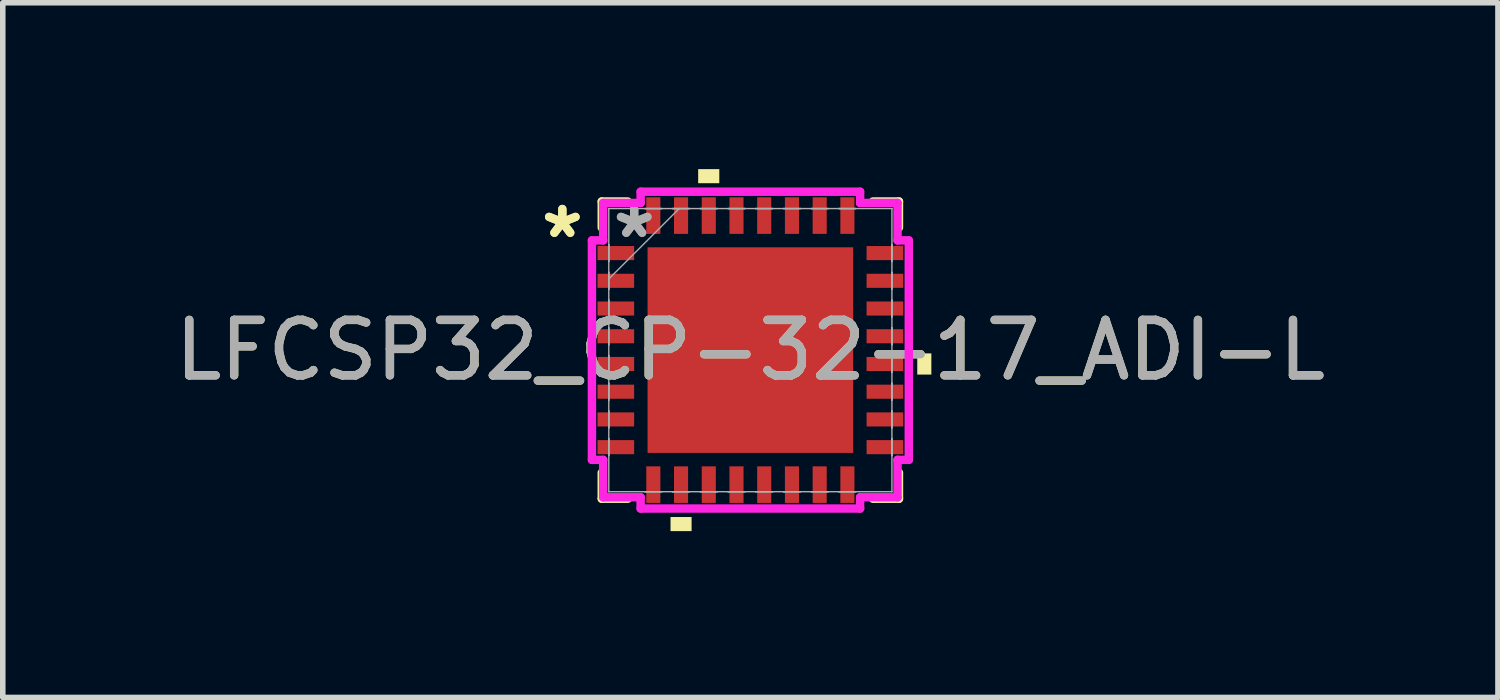
<source format=kicad_pcb>
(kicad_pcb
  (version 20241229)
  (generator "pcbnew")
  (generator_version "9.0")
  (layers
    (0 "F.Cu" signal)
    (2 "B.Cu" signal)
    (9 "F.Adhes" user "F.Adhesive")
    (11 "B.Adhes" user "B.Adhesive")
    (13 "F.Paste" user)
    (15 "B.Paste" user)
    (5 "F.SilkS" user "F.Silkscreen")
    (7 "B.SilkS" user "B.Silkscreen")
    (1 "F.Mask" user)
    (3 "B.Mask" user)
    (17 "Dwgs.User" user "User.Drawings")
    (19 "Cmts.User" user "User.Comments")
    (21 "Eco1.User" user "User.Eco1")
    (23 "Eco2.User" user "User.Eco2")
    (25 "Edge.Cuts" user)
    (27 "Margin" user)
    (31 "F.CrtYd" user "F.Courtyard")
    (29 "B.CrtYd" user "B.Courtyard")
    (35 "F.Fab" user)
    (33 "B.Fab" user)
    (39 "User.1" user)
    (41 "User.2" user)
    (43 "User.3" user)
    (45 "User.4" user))
  (footprint "LFCSP32_CP-32-17_ADI-L"
    (layer "F.Cu")
    (at 10.482 3.264)
    (property "Reference" "LFCSP32_CP-32-17_ADI-L" (at 0 0 0) (unlocked yes) (layer "F.SilkS") (effects (font (size 1 1) (thickness 0.15))))
    (attr smd)
    (fp_line (start -2.68 -2.68) (end -2.68 -2.21) (stroke (width 0.152) (type solid)) (layer "F.SilkS"))
    (fp_line (start -2.68 2.21) (end -2.68 2.68) (stroke (width 0.152) (type solid)) (layer "F.SilkS"))
    (fp_line (start -2.68 2.68) (end -2.21 2.68) (stroke (width 0.152) (type solid)) (layer "F.SilkS"))
    (fp_line (start -2.21 -2.68) (end -2.68 -2.68) (stroke (width 0.152) (type solid)) (layer "F.SilkS"))
    (fp_line (start 2.21 2.68) (end 2.68 2.68) (stroke (width 0.152) (type solid)) (layer "F.SilkS"))
    (fp_line (start 2.68 -2.68) (end 2.21 -2.68) (stroke (width 0.152) (type solid)) (layer "F.SilkS"))
    (fp_line (start 2.68 -2.21) (end 2.68 -2.68) (stroke (width 0.152) (type solid)) (layer "F.SilkS"))
    (fp_line (start 2.68 2.68) (end 2.68 2.21) (stroke (width 0.152) (type solid)) (layer "F.SilkS"))
    (fp_poly (pts (xy -1.44 3.01) (xy -1.44 3.264) (xy -1.06 3.264) (xy -1.06 3.01)) (stroke (width 0) (type solid)) (fill yes) (layer "F.SilkS"))
    (fp_poly (pts (xy -0.941 -3.01) (xy -0.941 -3.264) (xy -0.56 -3.264) (xy -0.56 -3.01)) (stroke (width 0) (type solid)) (fill yes) (layer "F.SilkS"))
    (fp_poly (pts (xy 3.264 0.059) (xy 3.264 0.441) (xy 3.01 0.441) (xy 3.01 0.059)) (stroke (width 0) (type solid)) (fill yes) (layer "F.SilkS"))
    (fp_poly (pts (xy -1.754 -1.754) (xy -1.754 -0.1) (xy -0.1 -0.1) (xy -0.1 -1.754)) (stroke (width 0) (type solid)) (fill yes) (layer "F.Paste"))
    (fp_poly (pts (xy -1.754 0.1) (xy -1.754 1.754) (xy -0.1 1.754) (xy -0.1 0.1)) (stroke (width 0) (type solid)) (fill yes) (layer "F.Paste"))
    (fp_poly (pts (xy 0.1 -1.754) (xy 0.1 -0.1) (xy 1.754 -0.1) (xy 1.754 -1.754)) (stroke (width 0) (type solid)) (fill yes) (layer "F.Paste"))
    (fp_poly (pts (xy 0.1 0.1) (xy 0.1 1.754) (xy 1.754 1.754) (xy 1.754 0.1)) (stroke (width 0) (type solid)) (fill yes) (layer "F.Paste"))
    (fp_line (start -2.857 -1.979) (end -2.654 -1.979) (stroke (width 0.152) (type solid)) (layer "F.CrtYd"))
    (fp_line (start -2.857 1.979) (end -2.857 -1.979) (stroke (width 0.152) (type solid)) (layer "F.CrtYd"))
    (fp_line (start -2.654 -2.654) (end -1.979 -2.654) (stroke (width 0.152) (type solid)) (layer "F.CrtYd"))
    (fp_line (start -2.654 -1.979) (end -2.654 -2.654) (stroke (width 0.152) (type solid)) (layer "F.CrtYd"))
    (fp_line (start -2.654 1.979) (end -2.857 1.979) (stroke (width 0.152) (type solid)) (layer "F.CrtYd"))
    (fp_line (start -2.654 2.654) (end -2.654 1.979) (stroke (width 0.152) (type solid)) (layer "F.CrtYd"))
    (fp_line (start -1.979 -2.857) (end 1.979 -2.857) (stroke (width 0.152) (type solid)) (layer "F.CrtYd"))
    (fp_line (start -1.979 -2.654) (end -1.979 -2.857) (stroke (width 0.152) (type solid)) (layer "F.CrtYd"))
    (fp_line (start -1.979 2.654) (end -2.654 2.654) (stroke (width 0.152) (type solid)) (layer "F.CrtYd"))
    (fp_line (start -1.979 2.857) (end -1.979 2.654) (stroke (width 0.152) (type solid)) (layer "F.CrtYd"))
    (fp_line (start 1.979 -2.857) (end 1.979 -2.654) (stroke (width 0.152) (type solid)) (layer "F.CrtYd"))
    (fp_line (start 1.979 -2.654) (end 2.654 -2.654) (stroke (width 0.152) (type solid)) (layer "F.CrtYd"))
    (fp_line (start 1.979 2.654) (end 1.979 2.857) (stroke (width 0.152) (type solid)) (layer "F.CrtYd"))
    (fp_line (start 1.979 2.857) (end -1.979 2.857) (stroke (width 0.152) (type solid)) (layer "F.CrtYd"))
    (fp_line (start 2.654 -2.654) (end 2.654 -1.979) (stroke (width 0.152) (type solid)) (layer "F.CrtYd"))
    (fp_line (start 2.654 -1.979) (end 2.857 -1.979) (stroke (width 0.152) (type solid)) (layer "F.CrtYd"))
    (fp_line (start 2.654 1.979) (end 2.654 2.654) (stroke (width 0.152) (type solid)) (layer "F.CrtYd"))
    (fp_line (start 2.654 2.654) (end 1.979 2.654) (stroke (width 0.152) (type solid)) (layer "F.CrtYd"))
    (fp_line (start 2.857 -1.979) (end 2.857 1.979) (stroke (width 0.152) (type solid)) (layer "F.CrtYd"))
    (fp_line (start 2.857 1.979) (end 2.654 1.979) (stroke (width 0.152) (type solid)) (layer "F.CrtYd"))
    (fp_line (start -2.553 -2.553) (end -2.553 -2.553) (stroke (width 0.025) (type solid)) (layer "F.Fab"))
    (fp_line (start -2.553 -2.553) (end -2.553 2.553) (stroke (width 0.025) (type solid)) (layer "F.Fab"))
    (fp_line (start -2.553 -1.902) (end -2.553 -1.902) (stroke (width 0.025) (type solid)) (layer "F.Fab"))
    (fp_line (start -2.553 -1.902) (end -2.553 -1.598) (stroke (width 0.025) (type solid)) (layer "F.Fab"))
    (fp_line (start -2.553 -1.598) (end -2.553 -1.902) (stroke (width 0.025) (type solid)) (layer "F.Fab"))
    (fp_line (start -2.553 -1.598) (end -2.553 -1.598) (stroke (width 0.025) (type solid)) (layer "F.Fab"))
    (fp_line (start -2.553 -1.402) (end -2.553 -1.402) (stroke (width 0.025) (type solid)) (layer "F.Fab"))
    (fp_line (start -2.553 -1.402) (end -2.553 -1.098) (stroke (width 0.025) (type solid)) (layer "F.Fab"))
    (fp_line (start -2.553 -1.283) (end -1.283 -2.553) (stroke (width 0.025) (type solid)) (layer "F.Fab"))
    (fp_line (start -2.553 -1.098) (end -2.553 -1.402) (stroke (width 0.025) (type solid)) (layer "F.Fab"))
    (fp_line (start -2.553 -1.098) (end -2.553 -1.098) (stroke (width 0.025) (type solid)) (layer "F.Fab"))
    (fp_line (start -2.553 -0.902) (end -2.553 -0.902) (stroke (width 0.025) (type solid)) (layer "F.Fab"))
    (fp_line (start -2.553 -0.902) (end -2.553 -0.598) (stroke (width 0.025) (type solid)) (layer "F.Fab"))
    (fp_line (start -2.553 -0.598) (end -2.553 -0.902) (stroke (width 0.025) (type solid)) (layer "F.Fab"))
    (fp_line (start -2.553 -0.598) (end -2.553 -0.598) (stroke (width 0.025) (type solid)) (layer "F.Fab"))
    (fp_line (start -2.553 -0.402) (end -2.553 -0.402) (stroke (width 0.025) (type solid)) (layer "F.Fab"))
    (fp_line (start -2.553 -0.402) (end -2.553 -0.098) (stroke (width 0.025) (type solid)) (layer "F.Fab"))
    (fp_line (start -2.553 -0.098) (end -2.553 -0.402) (stroke (width 0.025) (type solid)) (layer "F.Fab"))
    (fp_line (start -2.553 -0.098) (end -2.553 -0.098) (stroke (width 0.025) (type solid)) (layer "F.Fab"))
    (fp_line (start -2.553 0.098) (end -2.553 0.098) (stroke (width 0.025) (type solid)) (layer "F.Fab"))
    (fp_line (start -2.553 0.098) (end -2.553 0.402) (stroke (width 0.025) (type solid)) (layer "F.Fab"))
    (fp_line (start -2.553 0.402) (end -2.553 0.098) (stroke (width 0.025) (type solid)) (layer "F.Fab"))
    (fp_line (start -2.553 0.402) (end -2.553 0.402) (stroke (width 0.025) (type solid)) (layer "F.Fab"))
    (fp_line (start -2.553 0.598) (end -2.553 0.598) (stroke (width 0.025) (type solid)) (layer "F.Fab"))
    (fp_line (start -2.553 0.598) (end -2.553 0.902) (stroke (width 0.025) (type solid)) (layer "F.Fab"))
    (fp_line (start -2.553 0.902) (end -2.553 0.598) (stroke (width 0.025) (type solid)) (layer "F.Fab"))
    (fp_line (start -2.553 0.902) (end -2.553 0.902) (stroke (width 0.025) (type solid)) (layer "F.Fab"))
    (fp_line (start -2.553 1.098) (end -2.553 1.098) (stroke (width 0.025) (type solid)) (layer "F.Fab"))
    (fp_line (start -2.553 1.098) (end -2.553 1.402) (stroke (width 0.025) (type solid)) (layer "F.Fab"))
    (fp_line (start -2.553 1.402) (end -2.553 1.098) (stroke (width 0.025) (type solid)) (layer "F.Fab"))
    (fp_line (start -2.553 1.402) (end -2.553 1.402) (stroke (width 0.025) (type solid)) (layer "F.Fab"))
    (fp_line (start -2.553 1.598) (end -2.553 1.598) (stroke (width 0.025) (type solid)) (layer "F.Fab"))
    (fp_line (start -2.553 1.598) (end -2.553 1.902) (stroke (width 0.025) (type solid)) (layer "F.Fab"))
    (fp_line (start -2.553 1.902) (end -2.553 1.598) (stroke (width 0.025) (type solid)) (layer "F.Fab"))
    (fp_line (start -2.553 1.902) (end -2.553 1.902) (stroke (width 0.025) (type solid)) (layer "F.Fab"))
    (fp_line (start -2.553 2.553) (end -2.553 2.553) (stroke (width 0.025) (type solid)) (layer "F.Fab"))
    (fp_line (start -2.553 2.553) (end 2.553 2.553) (stroke (width 0.025) (type solid)) (layer "F.Fab"))
    (fp_line (start -1.902 -2.553) (end -1.902 -2.553) (stroke (width 0.025) (type solid)) (layer "F.Fab"))
    (fp_line (start -1.902 -2.553) (end -1.598 -2.553) (stroke (width 0.025) (type solid)) (layer "F.Fab"))
    (fp_line (start -1.902 2.553) (end -1.902 2.553) (stroke (width 0.025) (type solid)) (layer "F.Fab"))
    (fp_line (start -1.902 2.553) (end -1.598 2.553) (stroke (width 0.025) (type solid)) (layer "F.Fab"))
    (fp_line (start -1.598 -2.553) (end -1.902 -2.553) (stroke (width 0.025) (type solid)) (layer "F.Fab"))
    (fp_line (start -1.598 -2.553) (end -1.598 -2.553) (stroke (width 0.025) (type solid)) (layer "F.Fab"))
    (fp_line (start -1.598 2.553) (end -1.902 2.553) (stroke (width 0.025) (type solid)) (layer "F.Fab"))
    (fp_line (start -1.598 2.553) (end -1.598 2.553) (stroke (width 0.025) (type solid)) (layer "F.Fab"))
    (fp_line (start -1.402 -2.553) (end -1.402 -2.553) (stroke (width 0.025) (type solid)) (layer "F.Fab"))
    (fp_line (start -1.402 -2.553) (end -1.098 -2.553) (stroke (width 0.025) (type solid)) (layer "F.Fab"))
    (fp_line (start -1.402 2.553) (end -1.402 2.553) (stroke (width 0.025) (type solid)) (layer "F.Fab"))
    (fp_line (start -1.402 2.553) (end -1.098 2.553) (stroke (width 0.025) (type solid)) (layer "F.Fab"))
    (fp_line (start -1.098 -2.553) (end -1.402 -2.553) (stroke (width 0.025) (type solid)) (layer "F.Fab"))
    (fp_line (start -1.098 -2.553) (end -1.098 -2.553) (stroke (width 0.025) (type solid)) (layer "F.Fab"))
    (fp_line (start -1.098 2.553) (end -1.402 2.553) (stroke (width 0.025) (type solid)) (layer "F.Fab"))
    (fp_line (start -1.098 2.553) (end -1.098 2.553) (stroke (width 0.025) (type solid)) (layer "F.Fab"))
    (fp_line (start -0.902 -2.553) (end -0.902 -2.553) (stroke (width 0.025) (type solid)) (layer "F.Fab"))
    (fp_line (start -0.902 -2.553) (end -0.598 -2.553) (stroke (width 0.025) (type solid)) (layer "F.Fab"))
    (fp_line (start -0.902 2.553) (end -0.902 2.553) (stroke (width 0.025) (type solid)) (layer "F.Fab"))
    (fp_line (start -0.902 2.553) (end -0.598 2.553) (stroke (width 0.025) (type solid)) (layer "F.Fab"))
    (fp_line (start -0.598 -2.553) (end -0.902 -2.553) (stroke (width 0.025) (type solid)) (layer "F.Fab"))
    (fp_line (start -0.598 -2.553) (end -0.598 -2.553) (stroke (width 0.025) (type solid)) (layer "F.Fab"))
    (fp_line (start -0.598 2.553) (end -0.902 2.553) (stroke (width 0.025) (type solid)) (layer "F.Fab"))
    (fp_line (start -0.598 2.553) (end -0.598 2.553) (stroke (width 0.025) (type solid)) (layer "F.Fab"))
    (fp_line (start -0.402 -2.553) (end -0.402 -2.553) (stroke (width 0.025) (type solid)) (layer "F.Fab"))
    (fp_line (start -0.402 -2.553) (end -0.098 -2.553) (stroke (width 0.025) (type solid)) (layer "F.Fab"))
    (fp_line (start -0.402 2.553) (end -0.402 2.553) (stroke (width 0.025) (type solid)) (layer "F.Fab"))
    (fp_line (start -0.402 2.553) (end -0.098 2.553) (stroke (width 0.025) (type solid)) (layer "F.Fab"))
    (fp_line (start -0.098 -2.553) (end -0.402 -2.553) (stroke (width 0.025) (type solid)) (layer "F.Fab"))
    (fp_line (start -0.098 -2.553) (end -0.098 -2.553) (stroke (width 0.025) (type solid)) (layer "F.Fab"))
    (fp_line (start -0.098 2.553) (end -0.402 2.553) (stroke (width 0.025) (type solid)) (layer "F.Fab"))
    (fp_line (start -0.098 2.553) (end -0.098 2.553) (stroke (width 0.025) (type solid)) (layer "F.Fab"))
    (fp_line (start 0.098 -2.553) (end 0.098 -2.553) (stroke (width 0.025) (type solid)) (layer "F.Fab"))
    (fp_line (start 0.098 -2.553) (end 0.402 -2.553) (stroke (width 0.025) (type solid)) (layer "F.Fab"))
    (fp_line (start 0.098 2.553) (end 0.098 2.553) (stroke (width 0.025) (type solid)) (layer "F.Fab"))
    (fp_line (start 0.098 2.553) (end 0.402 2.553) (stroke (width 0.025) (type solid)) (layer "F.Fab"))
    (fp_line (start 0.402 -2.553) (end 0.098 -2.553) (stroke (width 0.025) (type solid)) (layer "F.Fab"))
    (fp_line (start 0.402 -2.553) (end 0.402 -2.553) (stroke (width 0.025) (type solid)) (layer "F.Fab"))
    (fp_line (start 0.402 2.553) (end 0.098 2.553) (stroke (width 0.025) (type solid)) (layer "F.Fab"))
    (fp_line (start 0.402 2.553) (end 0.402 2.553) (stroke (width 0.025) (type solid)) (layer "F.Fab"))
    (fp_line (start 0.598 -2.553) (end 0.598 -2.553) (stroke (width 0.025) (type solid)) (layer "F.Fab"))
    (fp_line (start 0.598 -2.553) (end 0.902 -2.553) (stroke (width 0.025) (type solid)) (layer "F.Fab"))
    (fp_line (start 0.598 2.553) (end 0.598 2.553) (stroke (width 0.025) (type solid)) (layer "F.Fab"))
    (fp_line (start 0.598 2.553) (end 0.902 2.553) (stroke (width 0.025) (type solid)) (layer "F.Fab"))
    (fp_line (start 0.902 -2.553) (end 0.598 -2.553) (stroke (width 0.025) (type solid)) (layer "F.Fab"))
    (fp_line (start 0.902 -2.553) (end 0.902 -2.553) (stroke (width 0.025) (type solid)) (layer "F.Fab"))
    (fp_line (start 0.902 2.553) (end 0.598 2.553) (stroke (width 0.025) (type solid)) (layer "F.Fab"))
    (fp_line (start 0.902 2.553) (end 0.902 2.553) (stroke (width 0.025) (type solid)) (layer "F.Fab"))
    (fp_line (start 1.098 -2.553) (end 1.098 -2.553) (stroke (width 0.025) (type solid)) (layer "F.Fab"))
    (fp_line (start 1.098 -2.553) (end 1.402 -2.553) (stroke (width 0.025) (type solid)) (layer "F.Fab"))
    (fp_line (start 1.098 2.553) (end 1.098 2.553) (stroke (width 0.025) (type solid)) (layer "F.Fab"))
    (fp_line (start 1.098 2.553) (end 1.402 2.553) (stroke (width 0.025) (type solid)) (layer "F.Fab"))
    (fp_line (start 1.402 -2.553) (end 1.098 -2.553) (stroke (width 0.025) (type solid)) (layer "F.Fab"))
    (fp_line (start 1.402 -2.553) (end 1.402 -2.553) (stroke (width 0.025) (type solid)) (layer "F.Fab"))
    (fp_line (start 1.402 2.553) (end 1.098 2.553) (stroke (width 0.025) (type solid)) (layer "F.Fab"))
    (fp_line (start 1.402 2.553) (end 1.402 2.553) (stroke (width 0.025) (type solid)) (layer "F.Fab"))
    (fp_line (start 1.598 -2.553) (end 1.598 -2.553) (stroke (width 0.025) (type solid)) (layer "F.Fab"))
    (fp_line (start 1.598 -2.553) (end 1.902 -2.553) (stroke (width 0.025) (type solid)) (layer "F.Fab"))
    (fp_line (start 1.598 2.553) (end 1.598 2.553) (stroke (width 0.025) (type solid)) (layer "F.Fab"))
    (fp_line (start 1.598 2.553) (end 1.902 2.553) (stroke (width 0.025) (type solid)) (layer "F.Fab"))
    (fp_line (start 1.902 -2.553) (end 1.598 -2.553) (stroke (width 0.025) (type solid)) (layer "F.Fab"))
    (fp_line (start 1.902 -2.553) (end 1.902 -2.553) (stroke (width 0.025) (type solid)) (layer "F.Fab"))
    (fp_line (start 1.902 2.553) (end 1.598 2.553) (stroke (width 0.025) (type solid)) (layer "F.Fab"))
    (fp_line (start 1.902 2.553) (end 1.902 2.553) (stroke (width 0.025) (type solid)) (layer "F.Fab"))
    (fp_line (start 2.553 -2.553) (end -2.553 -2.553) (stroke (width 0.025) (type solid)) (layer "F.Fab"))
    (fp_line (start 2.553 -2.553) (end 2.553 -2.553) (stroke (width 0.025) (type solid)) (layer "F.Fab"))
    (fp_line (start 2.553 -1.902) (end 2.553 -1.902) (stroke (width 0.025) (type solid)) (layer "F.Fab"))
    (fp_line (start 2.553 -1.902) (end 2.553 -1.598) (stroke (width 0.025) (type solid)) (layer "F.Fab"))
    (fp_line (start 2.553 -1.598) (end 2.553 -1.902) (stroke (width 0.025) (type solid)) (layer "F.Fab"))
    (fp_line (start 2.553 -1.598) (end 2.553 -1.598) (stroke (width 0.025) (type solid)) (layer "F.Fab"))
    (fp_line (start 2.553 -1.402) (end 2.553 -1.402) (stroke (width 0.025) (type solid)) (layer "F.Fab"))
    (fp_line (start 2.553 -1.402) (end 2.553 -1.098) (stroke (width 0.025) (type solid)) (layer "F.Fab"))
    (fp_line (start 2.553 -1.098) (end 2.553 -1.402) (stroke (width 0.025) (type solid)) (layer "F.Fab"))
    (fp_line (start 2.553 -1.098) (end 2.553 -1.098) (stroke (width 0.025) (type solid)) (layer "F.Fab"))
    (fp_line (start 2.553 -0.902) (end 2.553 -0.902) (stroke (width 0.025) (type solid)) (layer "F.Fab"))
    (fp_line (start 2.553 -0.902) (end 2.553 -0.598) (stroke (width 0.025) (type solid)) (layer "F.Fab"))
    (fp_line (start 2.553 -0.598) (end 2.553 -0.902) (stroke (width 0.025) (type solid)) (layer "F.Fab"))
    (fp_line (start 2.553 -0.598) (end 2.553 -0.598) (stroke (width 0.025) (type solid)) (layer "F.Fab"))
    (fp_line (start 2.553 -0.402) (end 2.553 -0.402) (stroke (width 0.025) (type solid)) (layer "F.Fab"))
    (fp_line (start 2.553 -0.402) (end 2.553 -0.098) (stroke (width 0.025) (type solid)) (layer "F.Fab"))
    (fp_line (start 2.553 -0.098) (end 2.553 -0.402) (stroke (width 0.025) (type solid)) (layer "F.Fab"))
    (fp_line (start 2.553 -0.098) (end 2.553 -0.098) (stroke (width 0.025) (type solid)) (layer "F.Fab"))
    (fp_line (start 2.553 0.098) (end 2.553 0.098) (stroke (width 0.025) (type solid)) (layer "F.Fab"))
    (fp_line (start 2.553 0.098) (end 2.553 0.402) (stroke (width 0.025) (type solid)) (layer "F.Fab"))
    (fp_line (start 2.553 0.402) (end 2.553 0.098) (stroke (width 0.025) (type solid)) (layer "F.Fab"))
    (fp_line (start 2.553 0.402) (end 2.553 0.402) (stroke (width 0.025) (type solid)) (layer "F.Fab"))
    (fp_line (start 2.553 0.598) (end 2.553 0.598) (stroke (width 0.025) (type solid)) (layer "F.Fab"))
    (fp_line (start 2.553 0.598) (end 2.553 0.902) (stroke (width 0.025) (type solid)) (layer "F.Fab"))
    (fp_line (start 2.553 0.902) (end 2.553 0.598) (stroke (width 0.025) (type solid)) (layer "F.Fab"))
    (fp_line (start 2.553 0.902) (end 2.553 0.902) (stroke (width 0.025) (type solid)) (layer "F.Fab"))
    (fp_line (start 2.553 1.098) (end 2.553 1.098) (stroke (width 0.025) (type solid)) (layer "F.Fab"))
    (fp_line (start 2.553 1.098) (end 2.553 1.402) (stroke (width 0.025) (type solid)) (layer "F.Fab"))
    (fp_line (start 2.553 1.402) (end 2.553 1.098) (stroke (width 0.025) (type solid)) (layer "F.Fab"))
    (fp_line (start 2.553 1.402) (end 2.553 1.402) (stroke (width 0.025) (type solid)) (layer "F.Fab"))
    (fp_line (start 2.553 1.598) (end 2.553 1.598) (stroke (width 0.025) (type solid)) (layer "F.Fab"))
    (fp_line (start 2.553 1.598) (end 2.553 1.902) (stroke (width 0.025) (type solid)) (layer "F.Fab"))
    (fp_line (start 2.553 1.902) (end 2.553 1.598) (stroke (width 0.025) (type solid)) (layer "F.Fab"))
    (fp_line (start 2.553 1.902) (end 2.553 1.902) (stroke (width 0.025) (type solid)) (layer "F.Fab"))
    (fp_line (start 2.553 2.553) (end 2.553 -2.553) (stroke (width 0.025) (type solid)) (layer "F.Fab"))
    (fp_line (start 2.553 2.553) (end 2.553 2.553) (stroke (width 0.025) (type solid)) (layer "F.Fab"))
    (fp_text user "*" (at -3.391 -2 0) (layer "F.SilkS") (effects (font (size 1 1) (thickness 0.15))))
    (fp_text user "*" (at -3.391 -2 0) (unlocked yes) (layer "F.SilkS") (effects (font (size 1 1) (thickness 0.15))))
    (fp_text user "*" (at -2.095 -2 0) (unlocked yes) (layer "F.Fab") (effects (font (size 1 1) (thickness 0.15))))
    (fp_text user "*" (at -2.095 -2 0) (layer "F.Fab") (effects (font (size 1 1) (thickness 0.15))))
    (fp_text user "${REFERENCE}" (at 0 0 0) (unlocked yes) (layer "F.Fab") (effects (font (size 1 1) (thickness 0.15))))
    (pad "1" smd rect (at -2.426 -1.75 90) (size 0.254 0.66) (layers "F.Cu" "F.Mask" "F.Paste"))
    (pad "2" smd rect (at -2.426 -1.25 90) (size 0.254 0.66) (layers "F.Cu" "F.Mask" "F.Paste"))
    (pad "3" smd rect (at -2.426 -0.75 90) (size 0.254 0.66) (layers "F.Cu" "F.Mask" "F.Paste"))
    (pad "4" smd rect (at -2.426 -0.25 90) (size 0.254 0.66) (layers "F.Cu" "F.Mask" "F.Paste"))
    (pad "5" smd rect (at -2.426 0.25 90) (size 0.254 0.66) (layers "F.Cu" "F.Mask" "F.Paste"))
    (pad "6" smd rect (at -2.426 0.75 90) (size 0.254 0.66) (layers "F.Cu" "F.Mask" "F.Paste"))
    (pad "7" smd rect (at -2.426 1.25 90) (size 0.254 0.66) (layers "F.Cu" "F.Mask" "F.Paste"))
    (pad "8" smd rect (at -2.426 1.75 90) (size 0.254 0.66) (layers "F.Cu" "F.Mask" "F.Paste"))
    (pad "9" smd rect (at -1.75 2.426) (size 0.254 0.66) (layers "F.Cu" "F.Mask" "F.Paste"))
    (pad "10" smd rect (at -1.25 2.426) (size 0.254 0.66) (layers "F.Cu" "F.Mask" "F.Paste"))
    (pad "11" smd rect (at -0.75 2.426) (size 0.254 0.66) (layers "F.Cu" "F.Mask" "F.Paste"))
    (pad "12" smd rect (at -0.25 2.426) (size 0.254 0.66) (layers "F.Cu" "F.Mask" "F.Paste"))
    (pad "13" smd rect (at 0.25 2.426) (size 0.254 0.66) (layers "F.Cu" "F.Mask" "F.Paste"))
    (pad "14" smd rect (at 0.75 2.426) (size 0.254 0.66) (layers "F.Cu" "F.Mask" "F.Paste"))
    (pad "15" smd rect (at 1.25 2.426) (size 0.254 0.66) (layers "F.Cu" "F.Mask" "F.Paste"))
    (pad "16" smd rect (at 1.75 2.426) (size 0.254 0.66) (layers "F.Cu" "F.Mask" "F.Paste"))
    (pad "17" smd rect (at 2.426 1.75 90) (size 0.254 0.66) (layers "F.Cu" "F.Mask" "F.Paste"))
    (pad "18" smd rect (at 2.426 1.25 90) (size 0.254 0.66) (layers "F.Cu" "F.Mask" "F.Paste"))
    (pad "19" smd rect (at 2.426 0.75 90) (size 0.254 0.66) (layers "F.Cu" "F.Mask" "F.Paste"))
    (pad "20" smd rect (at 2.426 0.25 90) (size 0.254 0.66) (layers "F.Cu" "F.Mask" "F.Paste"))
    (pad "21" smd rect (at 2.426 -0.25 90) (size 0.254 0.66) (layers "F.Cu" "F.Mask" "F.Paste"))
    (pad "22" smd rect (at 2.426 -0.75 90) (size 0.254 0.66) (layers "F.Cu" "F.Mask" "F.Paste"))
    (pad "23" smd rect (at 2.426 -1.25 90) (size 0.254 0.66) (layers "F.Cu" "F.Mask" "F.Paste"))
    (pad "24" smd rect (at 2.426 -1.75 90) (size 0.254 0.66) (layers "F.Cu" "F.Mask" "F.Paste"))
    (pad "25" smd rect (at 1.75 -2.426) (size 0.254 0.66) (layers "F.Cu" "F.Mask" "F.Paste"))
    (pad "26" smd rect (at 1.25 -2.426) (size 0.254 0.66) (layers "F.Cu" "F.Mask" "F.Paste"))
    (pad "27" smd rect (at 0.75 -2.426) (size 0.254 0.66) (layers "F.Cu" "F.Mask" "F.Paste"))
    (pad "28" smd rect (at 0.25 -2.426) (size 0.254 0.66) (layers "F.Cu" "F.Mask" "F.Paste"))
    (pad "29" smd rect (at -0.25 -2.426) (size 0.254 0.66) (layers "F.Cu" "F.Mask" "F.Paste"))
    (pad "30" smd rect (at -0.75 -2.426) (size 0.254 0.66) (layers "F.Cu" "F.Mask" "F.Paste"))
    (pad "31" smd rect (at -1.25 -2.426) (size 0.254 0.66) (layers "F.Cu" "F.Mask" "F.Paste"))
    (pad "32" smd rect (at -1.75 -2.426) (size 0.254 0.66) (layers "F.Cu" "F.Mask" "F.Paste"))
    (pad "33" smd rect (at 0 0) (size 3.708 3.708) (layers "F.Cu" "F.Mask" "F.Paste")))
  (gr_rect
    (start -3 -3)
    (end 23.964 9.528)
    (stroke (width 0.1) (type default))
    (fill no)
    (layer "Edge.Cuts")))
</source>
